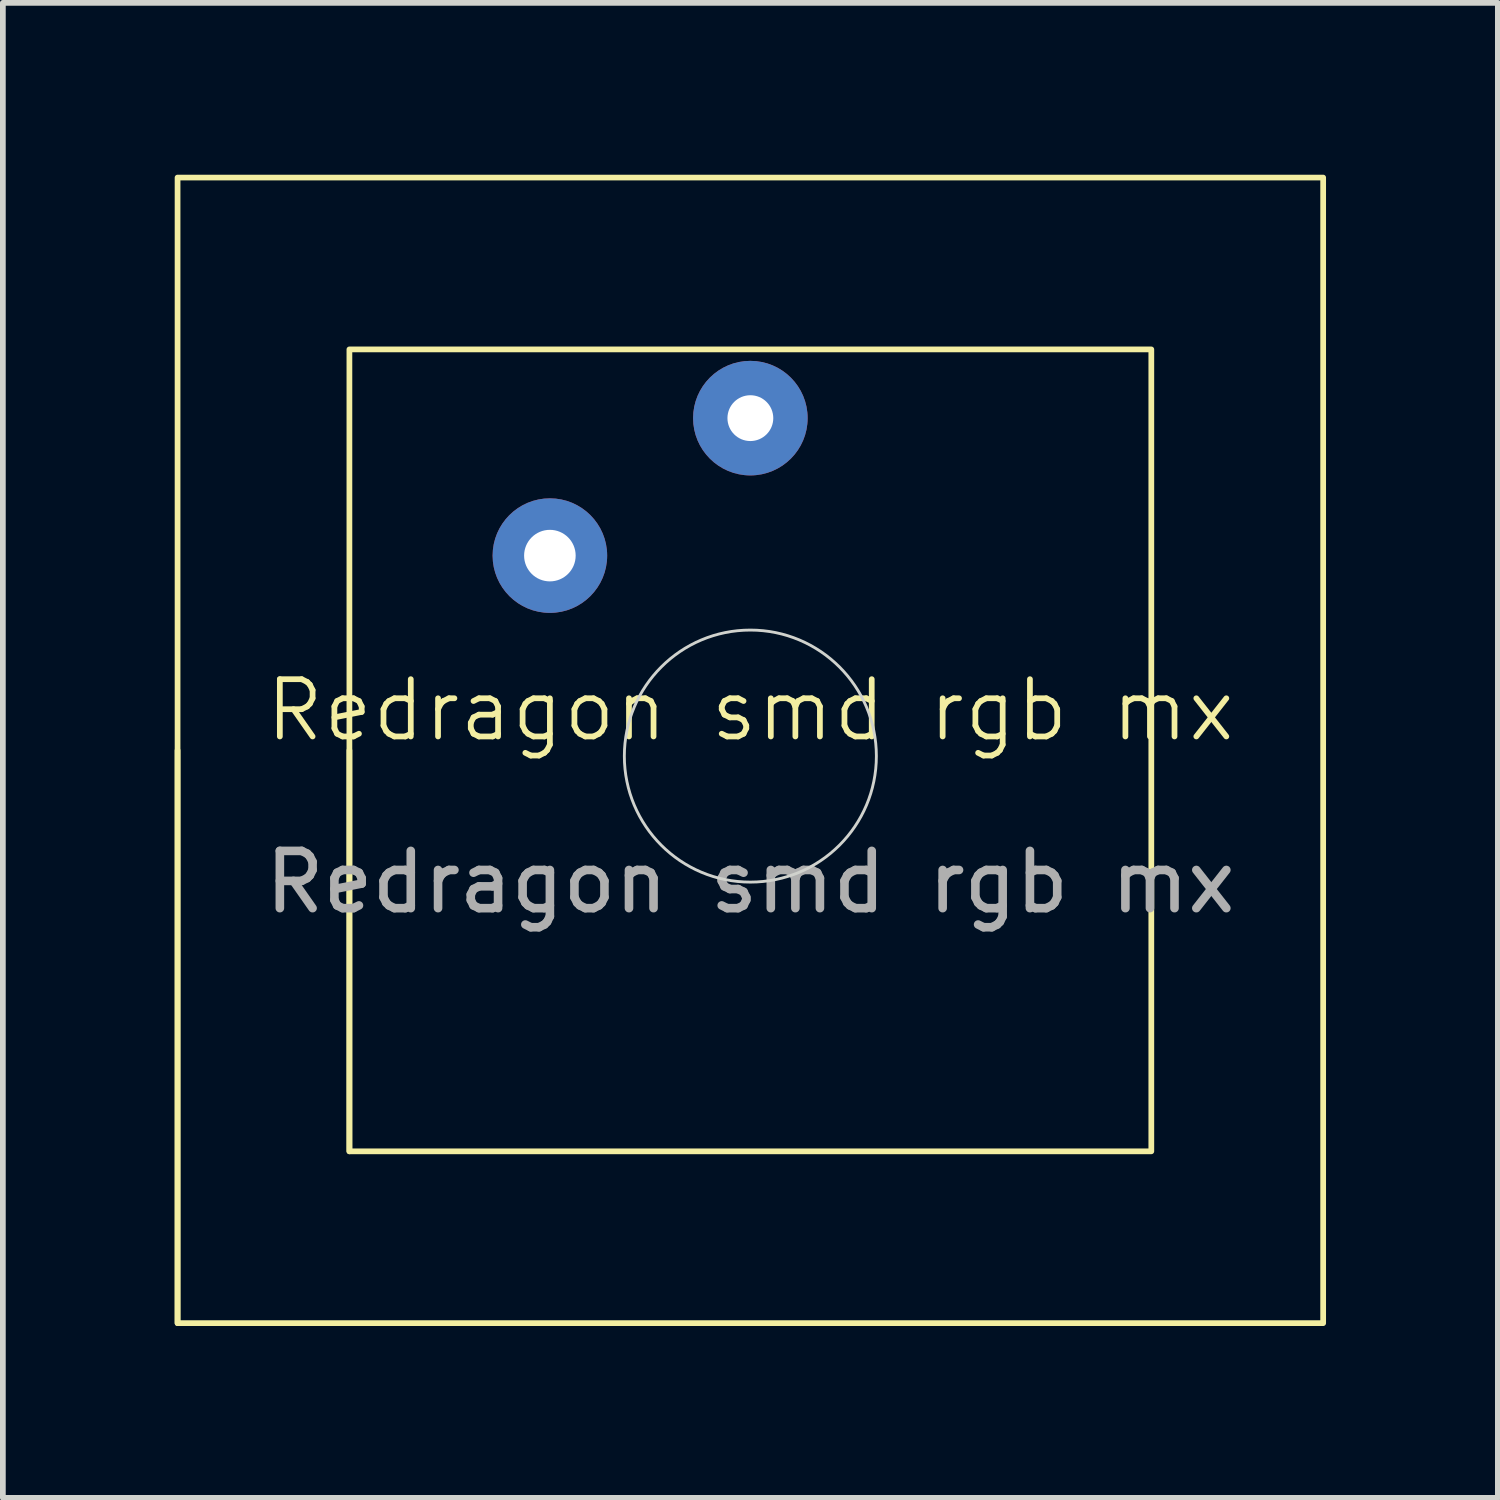
<source format=kicad_pcb>
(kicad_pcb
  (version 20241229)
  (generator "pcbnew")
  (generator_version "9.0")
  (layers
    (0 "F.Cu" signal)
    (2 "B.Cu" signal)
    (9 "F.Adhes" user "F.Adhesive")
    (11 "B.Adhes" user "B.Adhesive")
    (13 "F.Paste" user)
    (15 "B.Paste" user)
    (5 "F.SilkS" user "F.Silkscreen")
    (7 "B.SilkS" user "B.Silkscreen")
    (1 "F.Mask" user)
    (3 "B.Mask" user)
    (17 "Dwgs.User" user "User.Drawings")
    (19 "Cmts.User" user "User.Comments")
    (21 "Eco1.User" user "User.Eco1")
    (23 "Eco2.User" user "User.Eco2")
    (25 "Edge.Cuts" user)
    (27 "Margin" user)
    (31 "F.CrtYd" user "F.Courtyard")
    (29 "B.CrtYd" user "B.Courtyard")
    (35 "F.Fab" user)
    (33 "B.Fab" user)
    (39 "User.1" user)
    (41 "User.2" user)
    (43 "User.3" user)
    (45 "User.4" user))
  (footprint "Redragon smd rgb mx"
    (layer "F.Cu")
    (at 10.05 10.05)
    (property "Reference" "Redragon smd rgb mx" (at 0 -0.7 0) (unlocked yes) (layer "F.SilkS") (effects (font (size 1 1) (thickness 0.1))))
    (attr smd)
    (fp_line (start -10 0) (end -10 10) (stroke (width 0.1) (type default)) (layer "F.SilkS"))
    (fp_line (start -7 0) (end -7 7) (stroke (width 0.1) (type default)) (layer "F.SilkS"))
    (fp_rect (start -10 10) (end 10 -10) (stroke (width 0.1) (type default)) (fill no) (layer "F.SilkS"))
    (fp_rect (start -7 7) (end 7 -7) (stroke (width 0.1) (type default)) (fill no) (layer "F.SilkS"))
    (fp_circle (center 0 0.1) (end 0 2.3) (stroke (width 0.05) (type default)) (fill no) (layer "Edge.Cuts"))
    (fp_text user "${REFERENCE}" (at 0 2.3 0) (unlocked yes) (layer "F.Fab") (effects (font (size 1 1) (thickness 0.15))))
    (pad "1" thru_hole circle (at -3.5 -3.4) (size 2 2) (drill 0.9) (layers "*.Cu" "*.Mask"))
    (pad "2" thru_hole circle (at 0 -5.8) (size 2 2) (drill 0.8) (layers "*.Cu" "*.Mask")))
  (gr_rect
    (start -3 -3)
    (end 23.1 23.1)
    (stroke (width 0.1) (type default))
    (fill no)
    (layer "Edge.Cuts")))
</source>
